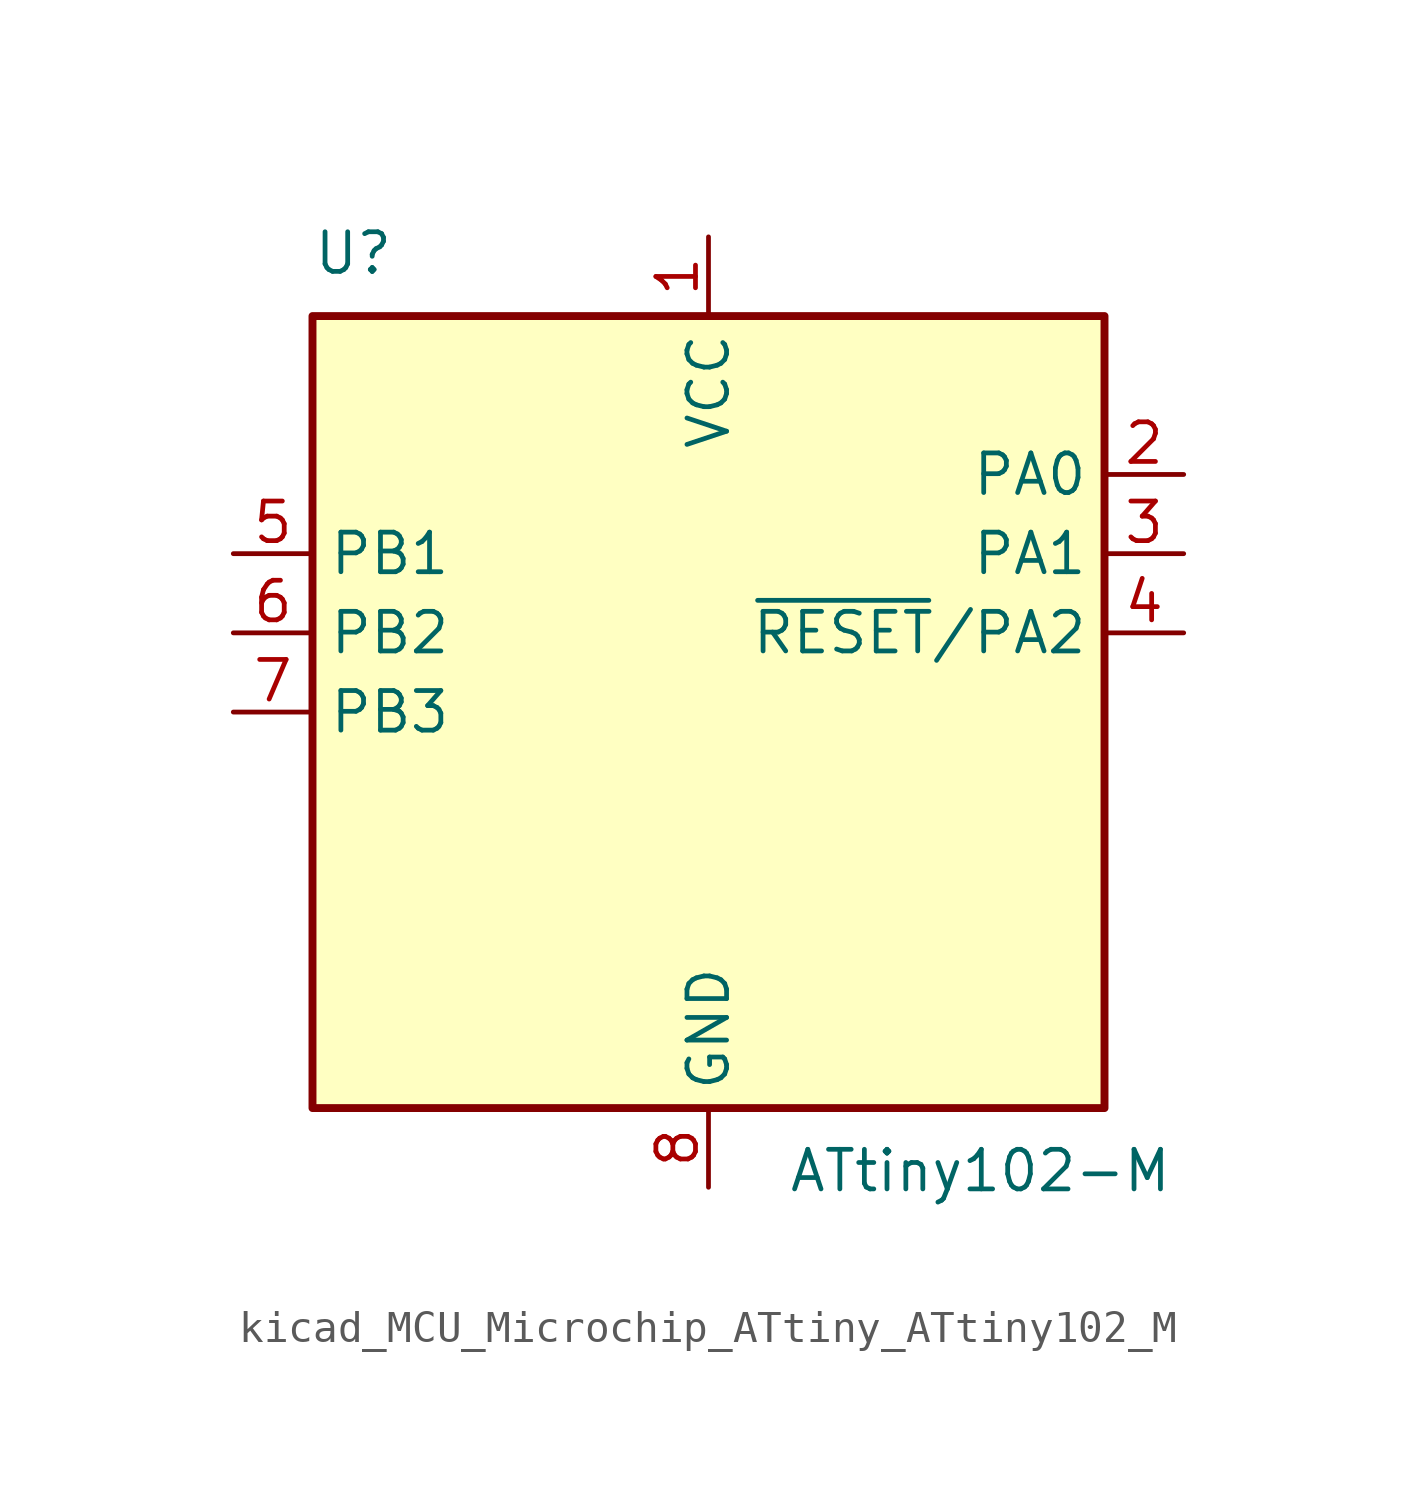
<source format=kicad_sym>
(kicad_symbol_lib
  (version 20220914)
  (generator kicad_symbol_editor)
  (symbol "kicad_MCU_Microchip_ATtiny_ATtiny102_M"
    (property "Reference" "U"
      (at -12.7 13.97 0)
      (effects (font (size 1.27 1.27)) (justify left bottom)))
    (property "Value" "ATtiny102-M"
      (at 2.54 -13.97 0)
      (effects (font (size 1.27 1.27)) (justify left top)))
    (symbol "kicad_MCU_Microchip_ATtiny_ATtiny102_M_0_1"
      (rectangle (start -12.7 -12.7) (end 12.7 12.7) (stroke (width 0.254) (type default)) (fill (type background))))
    (symbol "kicad_MCU_Microchip_ATtiny_ATtiny102_M_1_1"
      (pin power_in line (at 0 15.24 270) (length 2.54) (name "VCC" (effects (font (size 1.27 1.27)))) (number "1" (effects (font (size 1.27 1.27)))))
      (pin bidirectional line (at 15.24 7.62 180) (length 2.54) (name "PA0" (effects (font (size 1.27 1.27)))) (number "2" (effects (font (size 1.27 1.27)))))
      (pin bidirectional line (at 15.24 5.08 180) (length 2.54) (name "PA1" (effects (font (size 1.27 1.27)))) (number "3" (effects (font (size 1.27 1.27)))))
      (pin bidirectional line (at 15.24 2.54 180) (length 2.54) (name "~{RESET}/PA2" (effects (font (size 1.27 1.27)))) (number "4" (effects (font (size 1.27 1.27)))))
      (pin bidirectional line (at -15.24 5.08 0) (length 2.54) (name "PB1" (effects (font (size 1.27 1.27)))) (number "5" (effects (font (size 1.27 1.27)))))
      (pin bidirectional line (at -15.24 2.54 0) (length 2.54) (name "PB2" (effects (font (size 1.27 1.27)))) (number "6" (effects (font (size 1.27 1.27)))))
      (pin bidirectional line (at -15.24 0 0) (length 2.54) (name "PB3" (effects (font (size 1.27 1.27)))) (number "7" (effects (font (size 1.27 1.27)))))
      (pin power_in line (at 0 -15.24 90) (length 2.54) (name "GND" (effects (font (size 1.27 1.27)))) (number "8" (effects (font (size 1.27 1.27)))))
      (pin no_connect line (at -12.7 -7.62 0) (length 2.54) hide (name "NC" (effects (font (size 1.27 1.27)))) (number "9" (effects (font (size 1.27 1.27))))))))
</source>
